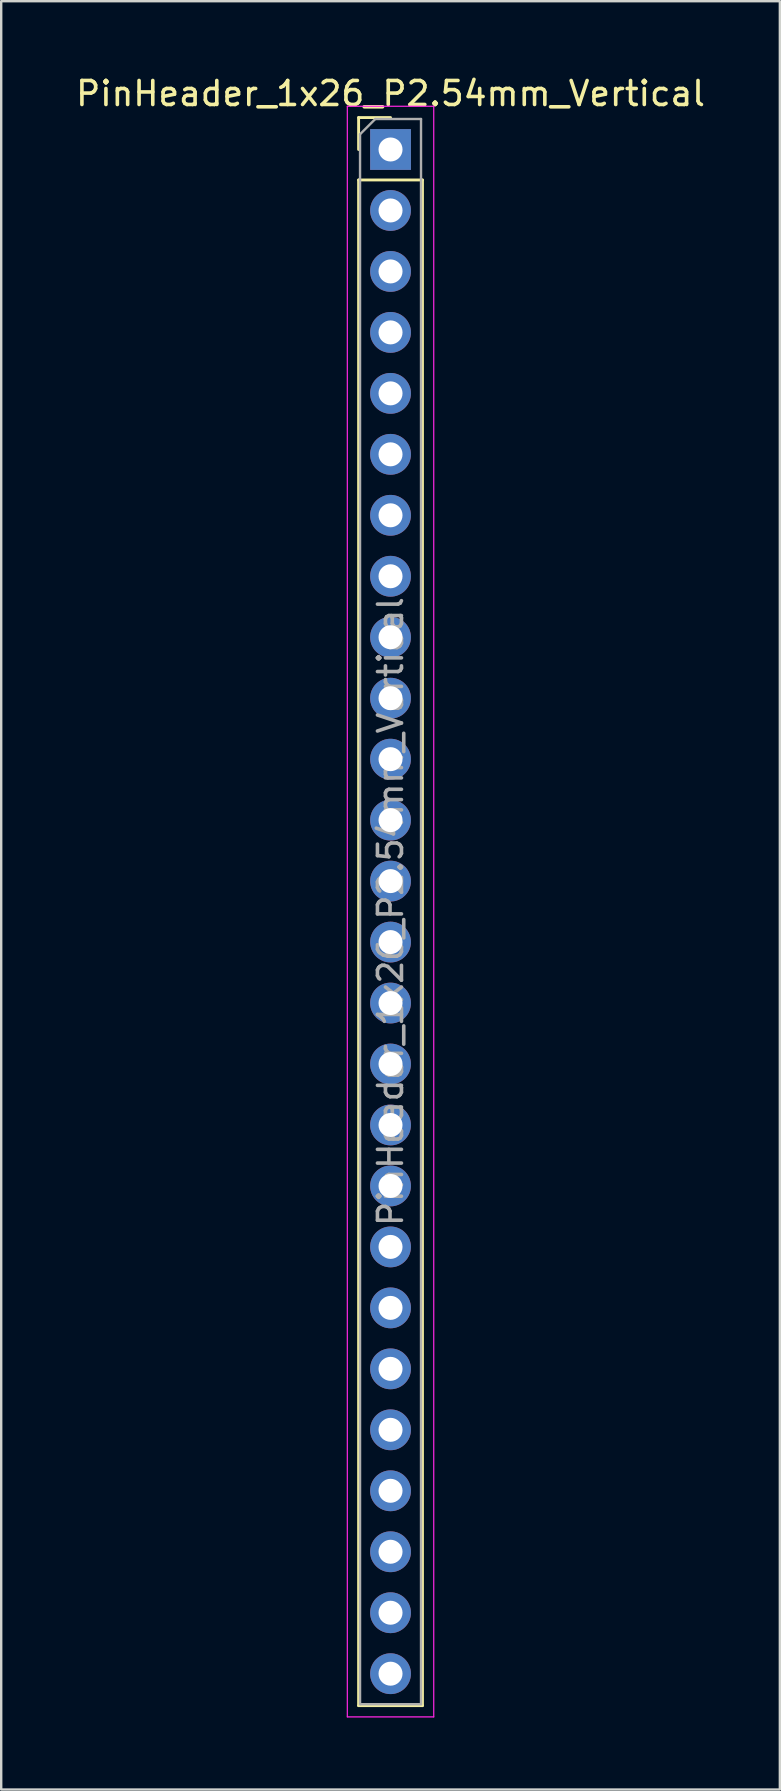
<source format=kicad_pcb>
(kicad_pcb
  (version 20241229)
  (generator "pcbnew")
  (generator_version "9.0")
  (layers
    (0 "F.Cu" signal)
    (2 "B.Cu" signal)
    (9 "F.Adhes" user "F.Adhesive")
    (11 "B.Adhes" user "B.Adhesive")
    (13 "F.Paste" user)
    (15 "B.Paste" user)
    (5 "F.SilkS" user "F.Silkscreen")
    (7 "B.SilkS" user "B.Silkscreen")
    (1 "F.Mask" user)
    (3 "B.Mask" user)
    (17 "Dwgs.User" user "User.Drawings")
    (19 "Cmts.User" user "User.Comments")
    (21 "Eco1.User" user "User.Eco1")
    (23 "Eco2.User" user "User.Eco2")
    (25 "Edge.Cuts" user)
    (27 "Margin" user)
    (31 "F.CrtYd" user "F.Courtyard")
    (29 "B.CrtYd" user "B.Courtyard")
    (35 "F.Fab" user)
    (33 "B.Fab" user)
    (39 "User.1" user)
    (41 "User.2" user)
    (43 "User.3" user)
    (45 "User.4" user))
  (footprint "PinHeader_1x26_P2.54mm_Vertical"
    (layer "F.Cu")
    (at 13.22 3.178)
    (property "Reference" "PinHeader_1x26_P2.54mm_Vertical" (at 0 -2.33 0) (layer "F.SilkS") (effects (font (size 1 1) (thickness 0.15))))
    (attr through_hole)
    (fp_line (start -1.33 -1.33) (end 0 -1.33) (stroke (width 0.12) (type solid)) (layer "F.SilkS"))
    (fp_line (start -1.33 0) (end -1.33 -1.33) (stroke (width 0.12) (type solid)) (layer "F.SilkS"))
    (fp_line (start -1.33 1.27) (end -1.33 64.83) (stroke (width 0.12) (type solid)) (layer "F.SilkS"))
    (fp_line (start -1.33 1.27) (end 1.33 1.27) (stroke (width 0.12) (type solid)) (layer "F.SilkS"))
    (fp_line (start -1.33 64.83) (end 1.33 64.83) (stroke (width 0.12) (type solid)) (layer "F.SilkS"))
    (fp_line (start 1.33 1.27) (end 1.33 64.83) (stroke (width 0.12) (type solid)) (layer "F.SilkS"))
    (fp_line (start -1.8 -1.8) (end -1.8 65.3) (stroke (width 0.05) (type solid)) (layer "F.CrtYd"))
    (fp_line (start -1.8 65.3) (end 1.8 65.3) (stroke (width 0.05) (type solid)) (layer "F.CrtYd"))
    (fp_line (start 1.8 -1.8) (end -1.8 -1.8) (stroke (width 0.05) (type solid)) (layer "F.CrtYd"))
    (fp_line (start 1.8 65.3) (end 1.8 -1.8) (stroke (width 0.05) (type solid)) (layer "F.CrtYd"))
    (fp_line (start -1.27 -0.635) (end -0.635 -1.27) (stroke (width 0.1) (type solid)) (layer "F.Fab"))
    (fp_line (start -1.27 64.77) (end -1.27 -0.635) (stroke (width 0.1) (type solid)) (layer "F.Fab"))
    (fp_line (start -0.635 -1.27) (end 1.27 -1.27) (stroke (width 0.1) (type solid)) (layer "F.Fab"))
    (fp_line (start 1.27 -1.27) (end 1.27 64.77) (stroke (width 0.1) (type solid)) (layer "F.Fab"))
    (fp_line (start 1.27 64.77) (end -1.27 64.77) (stroke (width 0.1) (type solid)) (layer "F.Fab"))
    (fp_text user "${REFERENCE}" (at 0 31.75 90) (layer "F.Fab") (effects (font (size 1 1) (thickness 0.15))))
    (pad "1" thru_hole rect (at 0 0) (size 1.7 1.7) (drill 1) (layers "*.Cu" "*.Mask"))
    (pad "2" thru_hole oval (at 0 2.54) (size 1.7 1.7) (drill 1) (layers "*.Cu" "*.Mask"))
    (pad "3" thru_hole oval (at 0 5.08) (size 1.7 1.7) (drill 1) (layers "*.Cu" "*.Mask"))
    (pad "4" thru_hole oval (at 0 7.62) (size 1.7 1.7) (drill 1) (layers "*.Cu" "*.Mask"))
    (pad "5" thru_hole oval (at 0 10.16) (size 1.7 1.7) (drill 1) (layers "*.Cu" "*.Mask"))
    (pad "6" thru_hole oval (at 0 12.7) (size 1.7 1.7) (drill 1) (layers "*.Cu" "*.Mask"))
    (pad "7" thru_hole oval (at 0 15.24) (size 1.7 1.7) (drill 1) (layers "*.Cu" "*.Mask"))
    (pad "8" thru_hole oval (at 0 17.78) (size 1.7 1.7) (drill 1) (layers "*.Cu" "*.Mask"))
    (pad "9" thru_hole oval (at 0 20.32) (size 1.7 1.7) (drill 1) (layers "*.Cu" "*.Mask"))
    (pad "10" thru_hole oval (at 0 22.86) (size 1.7 1.7) (drill 1) (layers "*.Cu" "*.Mask"))
    (pad "11" thru_hole oval (at 0 25.4) (size 1.7 1.7) (drill 1) (layers "*.Cu" "*.Mask"))
    (pad "12" thru_hole oval (at 0 27.94) (size 1.7 1.7) (drill 1) (layers "*.Cu" "*.Mask"))
    (pad "13" thru_hole oval (at 0 30.48) (size 1.7 1.7) (drill 1) (layers "*.Cu" "*.Mask"))
    (pad "14" thru_hole oval (at 0 33.02) (size 1.7 1.7) (drill 1) (layers "*.Cu" "*.Mask"))
    (pad "15" thru_hole oval (at 0 35.56) (size 1.7 1.7) (drill 1) (layers "*.Cu" "*.Mask"))
    (pad "16" thru_hole oval (at 0 38.1) (size 1.7 1.7) (drill 1) (layers "*.Cu" "*.Mask"))
    (pad "17" thru_hole oval (at 0 40.64) (size 1.7 1.7) (drill 1) (layers "*.Cu" "*.Mask"))
    (pad "18" thru_hole oval (at 0 43.18) (size 1.7 1.7) (drill 1) (layers "*.Cu" "*.Mask"))
    (pad "19" thru_hole oval (at 0 45.72) (size 1.7 1.7) (drill 1) (layers "*.Cu" "*.Mask"))
    (pad "20" thru_hole oval (at 0 48.26) (size 1.7 1.7) (drill 1) (layers "*.Cu" "*.Mask"))
    (pad "21" thru_hole oval (at 0 50.8) (size 1.7 1.7) (drill 1) (layers "*.Cu" "*.Mask"))
    (pad "22" thru_hole oval (at 0 53.34) (size 1.7 1.7) (drill 1) (layers "*.Cu" "*.Mask"))
    (pad "23" thru_hole oval (at 0 55.88) (size 1.7 1.7) (drill 1) (layers "*.Cu" "*.Mask"))
    (pad "24" thru_hole oval (at 0 58.42) (size 1.7 1.7) (drill 1) (layers "*.Cu" "*.Mask"))
    (pad "25" thru_hole oval (at 0 60.96) (size 1.7 1.7) (drill 1) (layers "*.Cu" "*.Mask"))
    (pad "26" thru_hole oval (at 0 63.5) (size 1.7 1.7) (drill 1) (layers "*.Cu" "*.Mask")))
  (gr_rect
    (start -3 -3)
    (end 29.44 71.503)
    (stroke (width 0.1) (type default))
    (fill no)
    (layer "Edge.Cuts")))
</source>
